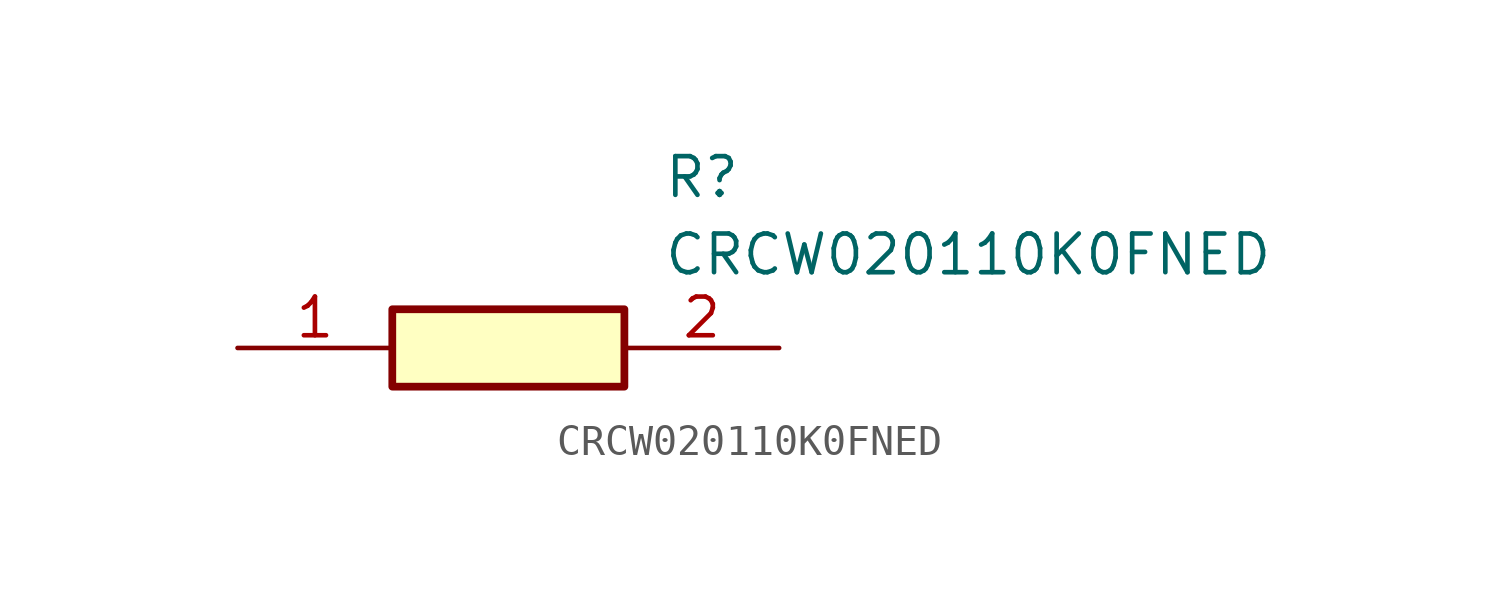
<source format=kicad_sym>
(kicad_symbol_lib
  (version 20211014)
  (generator SamacSys_ECAD_Model)
  (symbol "CRCW020110K0FNED"
    (pin_names hide)
    (property "Reference" "R"
      (at 13.97 6.35 0)
      (effects (font (size 1.27 1.27)) (justify left top)))
    (property "Value" "CRCW020110K0FNED"
      (at 13.97 3.81 0)
      (effects (font (size 1.27 1.27)) (justify left top)))
    (rectangle
      (start 5.08 1.27)
      (end 12.7 -1.27)
      (stroke (width 0.254) (type default))
      (fill (type background)))
    (pin passive line
      (at 0 0 0)
      (length 5.08)
      (name "1" (effects (font (size 1.27 1.27))))
      (number "1" (effects (font (size 1.27 1.27)))))
    (pin passive line
      (at 17.78 0 180)
      (length 5.08)
      (name "2" (effects (font (size 1.27 1.27))))
      (number "2" (effects (font (size 1.27 1.27)))))))
</source>
